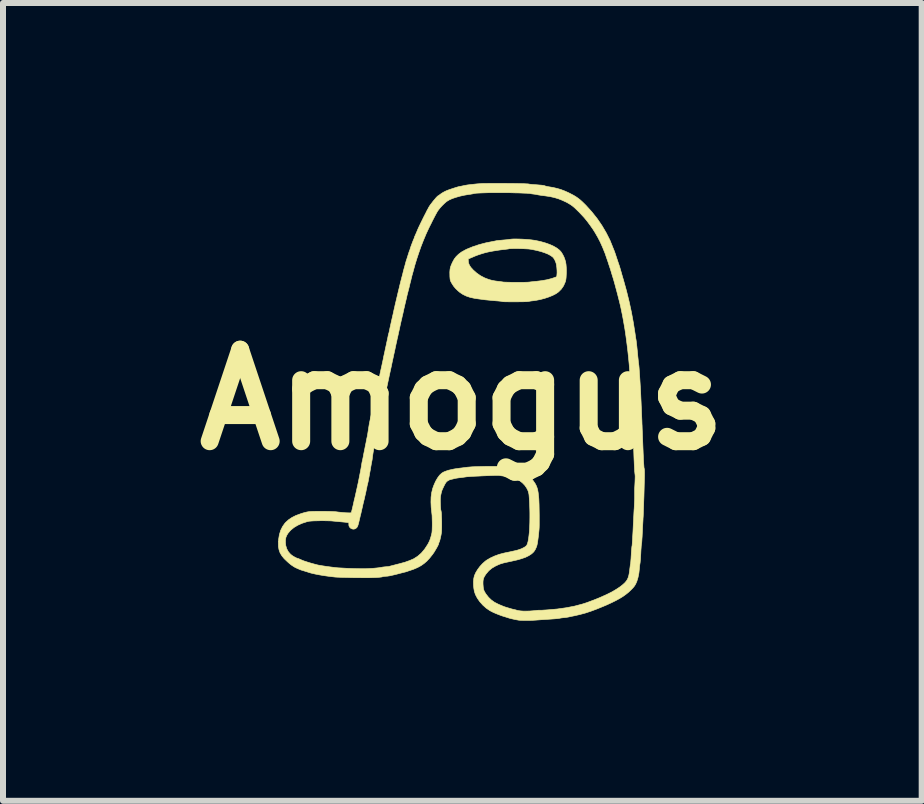
<source format=kicad_pcb>
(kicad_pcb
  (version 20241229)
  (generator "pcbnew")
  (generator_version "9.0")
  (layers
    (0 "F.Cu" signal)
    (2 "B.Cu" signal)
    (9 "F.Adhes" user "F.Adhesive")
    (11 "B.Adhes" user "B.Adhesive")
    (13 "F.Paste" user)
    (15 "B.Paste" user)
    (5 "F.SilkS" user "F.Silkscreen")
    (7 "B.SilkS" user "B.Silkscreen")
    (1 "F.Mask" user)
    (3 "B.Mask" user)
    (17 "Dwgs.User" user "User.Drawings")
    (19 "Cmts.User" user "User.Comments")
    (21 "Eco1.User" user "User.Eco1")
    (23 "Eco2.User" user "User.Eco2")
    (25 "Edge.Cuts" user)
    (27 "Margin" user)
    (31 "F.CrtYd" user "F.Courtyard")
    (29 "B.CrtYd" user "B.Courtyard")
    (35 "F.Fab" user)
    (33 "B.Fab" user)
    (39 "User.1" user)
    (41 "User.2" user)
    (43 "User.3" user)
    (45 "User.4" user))
  (footprint "Amogus"
    (layer "F.Cu")
    (at 4.652 3.61)
    (property "Reference" "Amogus" (at 0 0 0) (layer "F.SilkS") (effects (font (size 1.524 1.524) (thickness 0.3))))
    (attr through_hole)
    (fp_poly (pts (xy 0.946 -2.678) (xy 0.998 -2.676) (xy 1.051 -2.673) (xy 1.103 -2.669) (xy 1.151 -2.664) (xy 1.194 -2.658) (xy 1.215 -2.655) (xy 1.303 -2.636) (xy 1.384 -2.613) (xy 1.457 -2.587) (xy 1.521 -2.558) (xy 1.576 -2.526) (xy 1.619 -2.492) (xy 1.643 -2.466) (xy 1.669 -2.426) (xy 1.693 -2.379) (xy 1.708 -2.338) (xy 1.72 -2.298) (xy 1.727 -2.255) (xy 1.731 -2.208) (xy 1.733 -2.153) (xy 1.732 -2.105) (xy 1.73 -2.063) (xy 1.728 -2.031) (xy 1.725 -2.007) (xy 1.721 -1.986) (xy 1.716 -1.967) (xy 1.714 -1.962) (xy 1.686 -1.898) (xy 1.648 -1.843) (xy 1.602 -1.797) (xy 1.559 -1.767) (xy 1.505 -1.739) (xy 1.441 -1.713) (xy 1.372 -1.69) (xy 1.3 -1.671) (xy 1.229 -1.657) (xy 1.181 -1.65) (xy 1.152 -1.647) (xy 1.126 -1.643) (xy 1.107 -1.639) (xy 1.101 -1.638) (xy 1.091 -1.637) (xy 1.07 -1.635) (xy 1.04 -1.634) (xy 1.004 -1.633) (xy 0.962 -1.633) (xy 0.918 -1.632) (xy 0.873 -1.632) (xy 0.828 -1.632) (xy 0.785 -1.632) (xy 0.746 -1.633) (xy 0.714 -1.633) (xy 0.689 -1.634) (xy 0.675 -1.635) (xy 0.671 -1.636) (xy 0.663 -1.638) (xy 0.645 -1.641) (xy 0.619 -1.644) (xy 0.587 -1.647) (xy 0.56 -1.649) (xy 0.502 -1.654) (xy 0.44 -1.66) (xy 0.378 -1.666) (xy 0.319 -1.674) (xy 0.266 -1.681) (xy 0.22 -1.688) (xy 0.2 -1.691) (xy 0.128 -1.707) (xy 0.066 -1.728) (xy 0.01 -1.755) (xy -0.04 -1.788) (xy -0.071 -1.814) (xy -0.113 -1.854) (xy -0.146 -1.894) (xy -0.175 -1.939) (xy -0.186 -1.959) (xy -0.195 -1.976) (xy -0.2 -1.992) (xy -0.204 -2.009) (xy -0.206 -2.03) (xy -0.208 -2.06) (xy -0.208 -2.072) (xy -0.209 -2.124) (xy -0.206 -2.166) (xy -0.199 -2.205) (xy -0.186 -2.242) (xy -0.168 -2.283) (xy -0.168 -2.284) (xy -0.138 -2.339) (xy -0.133 -2.346) (xy 0.098 -2.346) (xy 0.099 -2.31) (xy 0.104 -2.277) (xy 0.118 -2.242) (xy 0.141 -2.207) (xy 0.176 -2.168) (xy 0.182 -2.162) (xy 0.238 -2.112) (xy 0.302 -2.067) (xy 0.369 -2.032) (xy 0.391 -2.023) (xy 0.442 -2.004) (xy 0.492 -1.99) (xy 0.545 -1.98) (xy 0.591 -1.974) (xy 0.62 -1.971) (xy 0.647 -1.967) (xy 0.667 -1.964) (xy 0.673 -1.963) (xy 0.687 -1.961) (xy 0.711 -1.96) (xy 0.744 -1.959) (xy 0.784 -1.958) (xy 0.828 -1.957) (xy 0.876 -1.957) (xy 0.924 -1.957) (xy 0.972 -1.957) (xy 1.016 -1.957) (xy 1.056 -1.958) (xy 1.089 -1.959) (xy 1.113 -1.961) (xy 1.124 -1.962) (xy 1.144 -1.965) (xy 1.174 -1.968) (xy 1.207 -1.972) (xy 1.235 -1.974) (xy 1.325 -1.985) (xy 1.41 -2) (xy 1.487 -2.02) (xy 1.54 -2.038) (xy 1.572 -2.05) (xy 1.576 -2.087) (xy 1.578 -2.119) (xy 1.577 -2.158) (xy 1.574 -2.2) (xy 1.569 -2.24) (xy 1.562 -2.274) (xy 1.558 -2.286) (xy 1.54 -2.33) (xy 1.518 -2.365) (xy 1.504 -2.379) (xy 1.471 -2.403) (xy 1.427 -2.427) (xy 1.372 -2.449) (xy 1.309 -2.47) (xy 1.238 -2.488) (xy 1.162 -2.504) (xy 1.13 -2.509) (xy 1.108 -2.512) (xy 1.076 -2.514) (xy 1.038 -2.516) (xy 0.996 -2.518) (xy 0.952 -2.519) (xy 0.909 -2.52) (xy 0.867 -2.52) (xy 0.831 -2.519) (xy 0.801 -2.518) (xy 0.781 -2.517) (xy 0.775 -2.515) (xy 0.759 -2.512) (xy 0.735 -2.509) (xy 0.705 -2.505) (xy 0.683 -2.503) (xy 0.634 -2.497) (xy 0.58 -2.489) (xy 0.523 -2.48) (xy 0.467 -2.47) (xy 0.416 -2.459) (xy 0.372 -2.448) (xy 0.348 -2.441) (xy 0.303 -2.427) (xy 0.267 -2.415) (xy 0.236 -2.404) (xy 0.206 -2.392) (xy 0.174 -2.378) (xy 0.152 -2.369) (xy 0.098 -2.346) (xy -0.133 -2.346) (xy -0.104 -2.385) (xy -0.063 -2.425) (xy -0.015 -2.461) (xy 0.044 -2.494) (xy 0.071 -2.508) (xy 0.171 -2.549) (xy 0.279 -2.585) (xy 0.393 -2.615) (xy 0.479 -2.632) (xy 0.508 -2.638) (xy 0.535 -2.643) (xy 0.555 -2.647) (xy 0.557 -2.648) (xy 0.573 -2.651) (xy 0.599 -2.654) (xy 0.631 -2.657) (xy 0.666 -2.66) (xy 0.674 -2.661) (xy 0.71 -2.664) (xy 0.744 -2.667) (xy 0.773 -2.671) (xy 0.794 -2.674) (xy 0.797 -2.674) (xy 0.821 -2.677) (xy 0.856 -2.679) (xy 0.898 -2.679) (xy 0.946 -2.678)) (stroke (width 0.01) (type solid)) (fill yes) (layer "F.SilkS"))
    (fp_poly (pts (xy 0.632 -3.605) (xy 0.695 -3.605) (xy 0.758 -3.604) (xy 0.82 -3.604) (xy 0.879 -3.603) (xy 0.934 -3.602) (xy 0.984 -3.601) (xy 1.027 -3.6) (xy 1.061 -3.598) (xy 1.086 -3.597) (xy 1.1 -3.596) (xy 1.102 -3.595) (xy 1.114 -3.593) (xy 1.137 -3.59) (xy 1.167 -3.587) (xy 1.203 -3.584) (xy 1.238 -3.582) (xy 1.283 -3.578) (xy 1.321 -3.575) (xy 1.349 -3.571) (xy 1.367 -3.567) (xy 1.371 -3.566) (xy 1.386 -3.56) (xy 1.409 -3.555) (xy 1.432 -3.55) (xy 1.51 -3.537) (xy 1.579 -3.521) (xy 1.643 -3.502) (xy 1.706 -3.478) (xy 1.771 -3.449) (xy 1.804 -3.432) (xy 1.85 -3.408) (xy 1.889 -3.385) (xy 1.925 -3.36) (xy 1.96 -3.333) (xy 1.997 -3.3) (xy 2.038 -3.26) (xy 2.059 -3.239) (xy 2.155 -3.133) (xy 2.245 -3.02) (xy 2.326 -2.902) (xy 2.397 -2.781) (xy 2.459 -2.658) (xy 2.499 -2.559) (xy 2.508 -2.536) (xy 2.516 -2.517) (xy 2.521 -2.505) (xy 2.523 -2.499) (xy 2.526 -2.492) (xy 2.53 -2.482) (xy 2.536 -2.467) (xy 2.543 -2.446) (xy 2.553 -2.417) (xy 2.565 -2.38) (xy 2.581 -2.332) (xy 2.584 -2.324) (xy 2.598 -2.281) (xy 2.61 -2.247) (xy 2.619 -2.22) (xy 2.626 -2.196) (xy 2.633 -2.173) (xy 2.64 -2.148) (xy 2.648 -2.121) (xy 2.654 -2.098) (xy 2.663 -2.067) (xy 2.673 -2.033) (xy 2.683 -2) (xy 2.734 -1.816) (xy 2.778 -1.638) (xy 2.816 -1.462) (xy 2.849 -1.283) (xy 2.878 -1.099) (xy 2.88 -1.083) (xy 2.884 -1.054) (xy 2.888 -1.028) (xy 2.891 -1.01) (xy 2.893 -1.003) (xy 2.895 -0.99) (xy 2.898 -0.965) (xy 2.902 -0.931) (xy 2.907 -0.888) (xy 2.912 -0.838) (xy 2.918 -0.782) (xy 2.923 -0.722) (xy 2.924 -0.714) (xy 2.928 -0.679) (xy 2.931 -0.646) (xy 2.934 -0.618) (xy 2.937 -0.599) (xy 2.937 -0.595) (xy 2.94 -0.576) (xy 2.943 -0.546) (xy 2.946 -0.507) (xy 2.949 -0.459) (xy 2.953 -0.404) (xy 2.957 -0.344) (xy 2.961 -0.28) (xy 2.965 -0.214) (xy 2.969 -0.147) (xy 2.972 -0.08) (xy 2.975 -0.015) (xy 2.978 0.046) (xy 2.978 0.048) (xy 2.98 0.096) (xy 2.983 0.153) (xy 2.985 0.217) (xy 2.988 0.283) (xy 2.991 0.349) (xy 2.993 0.411) (xy 2.994 0.422) (xy 2.996 0.483) (xy 2.999 0.553) (xy 3.002 0.629) (xy 3.005 0.707) (xy 3.008 0.782) (xy 3.011 0.853) (xy 3.012 0.881) (xy 3.015 0.944) (xy 3.017 1.001) (xy 3.02 1.049) (xy 3.023 1.088) (xy 3.025 1.118) (xy 3.027 1.136) (xy 3.029 1.142) (xy 3.031 1.154) (xy 3.033 1.176) (xy 3.034 1.209) (xy 3.034 1.254) (xy 3.033 1.305) (xy 3.031 1.377) (xy 3.029 1.453) (xy 3.027 1.531) (xy 3.025 1.608) (xy 3.022 1.685) (xy 3.02 1.758) (xy 3.017 1.826) (xy 3.015 1.886) (xy 3.013 1.939) (xy 3.01 1.98) (xy 3.01 1.988) (xy 3.008 2.027) (xy 3.005 2.076) (xy 3.002 2.129) (xy 3 2.183) (xy 2.997 2.233) (xy 2.997 2.235) (xy 2.995 2.278) (xy 2.992 2.318) (xy 2.99 2.352) (xy 2.988 2.379) (xy 2.985 2.396) (xy 2.985 2.4) (xy 2.983 2.413) (xy 2.98 2.436) (xy 2.978 2.468) (xy 2.975 2.506) (xy 2.973 2.548) (xy 2.972 2.568) (xy 2.969 2.611) (xy 2.967 2.649) (xy 2.964 2.682) (xy 2.962 2.708) (xy 2.96 2.723) (xy 2.959 2.727) (xy 2.957 2.739) (xy 2.954 2.76) (xy 2.951 2.786) (xy 2.95 2.804) (xy 2.941 2.887) (xy 2.926 2.961) (xy 2.907 3.024) (xy 2.894 3.054) (xy 2.881 3.08) (xy 2.867 3.102) (xy 2.85 3.124) (xy 2.827 3.149) (xy 2.807 3.169) (xy 2.767 3.207) (xy 2.723 3.242) (xy 2.674 3.277) (xy 2.62 3.31) (xy 2.558 3.344) (xy 2.487 3.379) (xy 2.407 3.416) (xy 2.343 3.443) (xy 2.24 3.485) (xy 2.144 3.521) (xy 2.054 3.551) (xy 1.965 3.575) (xy 1.876 3.596) (xy 1.836 3.604) (xy 1.81 3.609) (xy 1.784 3.615) (xy 1.766 3.619) (xy 1.749 3.622) (xy 1.723 3.626) (xy 1.695 3.629) (xy 1.692 3.629) (xy 1.665 3.632) (xy 1.641 3.635) (xy 1.624 3.639) (xy 1.622 3.639) (xy 1.611 3.641) (xy 1.589 3.644) (xy 1.558 3.647) (xy 1.52 3.65) (xy 1.478 3.653) (xy 1.448 3.655) (xy 1.4 3.658) (xy 1.353 3.661) (xy 1.308 3.664) (xy 1.27 3.667) (xy 1.24 3.669) (xy 1.229 3.67) (xy 1.196 3.672) (xy 1.157 3.674) (xy 1.114 3.675) (xy 1.07 3.675) (xy 1.027 3.675) (xy 0.989 3.674) (xy 0.957 3.673) (xy 0.935 3.671) (xy 0.933 3.67) (xy 0.908 3.666) (xy 0.877 3.66) (xy 0.846 3.653) (xy 0.818 3.647) (xy 0.797 3.641) (xy 0.787 3.639) (xy 0.774 3.635) (xy 0.753 3.628) (xy 0.727 3.62) (xy 0.714 3.616) (xy 0.662 3.6) (xy 0.608 3.58) (xy 0.555 3.559) (xy 0.506 3.537) (xy 0.466 3.516) (xy 0.455 3.51) (xy 0.397 3.47) (xy 0.341 3.42) (xy 0.291 3.364) (xy 0.249 3.304) (xy 0.217 3.243) (xy 0.215 3.236) (xy 0.2 3.191) (xy 0.191 3.139) (xy 0.186 3.084) (xy 0.185 3.029) (xy 0.19 2.977) (xy 0.2 2.933) (xy 0.202 2.927) (xy 0.224 2.878) (xy 0.255 2.827) (xy 0.293 2.776) (xy 0.336 2.729) (xy 0.381 2.689) (xy 0.404 2.672) (xy 0.465 2.636) (xy 0.536 2.603) (xy 0.612 2.575) (xy 0.692 2.554) (xy 0.724 2.547) (xy 0.755 2.541) (xy 0.793 2.533) (xy 0.833 2.524) (xy 0.87 2.516) (xy 0.9 2.509) (xy 0.905 2.508) (xy 0.944 2.496) (xy 0.983 2.482) (xy 1.018 2.465) (xy 1.047 2.448) (xy 1.067 2.431) (xy 1.073 2.423) (xy 1.084 2.399) (xy 1.094 2.363) (xy 1.103 2.316) (xy 1.11 2.26) (xy 1.117 2.195) (xy 1.121 2.123) (xy 1.124 2.044) (xy 1.125 1.959) (xy 1.125 1.937) (xy 1.125 1.886) (xy 1.124 1.832) (xy 1.122 1.776) (xy 1.12 1.721) (xy 1.117 1.67) (xy 1.114 1.625) (xy 1.111 1.588) (xy 1.108 1.565) (xy 1.095 1.517) (xy 1.071 1.469) (xy 1.039 1.423) (xy 0.999 1.382) (xy 0.954 1.348) (xy 0.928 1.333) (xy 0.857 1.303) (xy 0.785 1.284) (xy 0.73 1.276) (xy 0.698 1.272) (xy 0.667 1.268) (xy 0.642 1.265) (xy 0.632 1.263) (xy 0.612 1.26) (xy 0.584 1.259) (xy 0.552 1.259) (xy 0.527 1.26) (xy 0.5 1.261) (xy 0.463 1.262) (xy 0.418 1.264) (xy 0.37 1.266) (xy 0.32 1.268) (xy 0.289 1.27) (xy 0.241 1.272) (xy 0.195 1.274) (xy 0.153 1.276) (xy 0.117 1.279) (xy 0.09 1.281) (xy 0.076 1.282) (xy 0.02 1.29) (xy -0.025 1.296) (xy -0.06 1.3) (xy -0.087 1.304) (xy -0.106 1.307) (xy -0.121 1.31) (xy -0.131 1.312) (xy -0.135 1.313) (xy -0.156 1.319) (xy -0.179 1.324) (xy -0.181 1.324) (xy -0.217 1.335) (xy -0.25 1.354) (xy -0.268 1.371) (xy -0.279 1.386) (xy -0.293 1.411) (xy -0.309 1.442) (xy -0.326 1.478) (xy -0.337 1.502) (xy -0.343 1.52) (xy -0.351 1.549) (xy -0.359 1.585) (xy -0.363 1.607) (xy -0.365 1.626) (xy -0.367 1.654) (xy -0.367 1.688) (xy -0.366 1.724) (xy -0.365 1.76) (xy -0.363 1.793) (xy -0.361 1.821) (xy -0.358 1.841) (xy -0.355 1.848) (xy -0.353 1.86) (xy -0.35 1.881) (xy -0.348 1.912) (xy -0.347 1.948) (xy -0.345 1.989) (xy -0.344 2.032) (xy -0.344 2.076) (xy -0.344 2.117) (xy -0.345 2.154) (xy -0.346 2.185) (xy -0.348 2.208) (xy -0.348 2.21) (xy -0.355 2.253) (xy -0.364 2.294) (xy -0.372 2.329) (xy -0.38 2.357) (xy -0.384 2.366) (xy -0.391 2.382) (xy -0.394 2.393) (xy -0.394 2.394) (xy -0.397 2.406) (xy -0.406 2.426) (xy -0.419 2.451) (xy -0.436 2.481) (xy -0.454 2.511) (xy -0.472 2.541) (xy -0.49 2.567) (xy -0.498 2.578) (xy -0.545 2.637) (xy -0.591 2.687) (xy -0.639 2.728) (xy -0.689 2.763) (xy -0.746 2.794) (xy -0.811 2.822) (xy -0.864 2.84) (xy -0.894 2.85) (xy -0.922 2.86) (xy -0.945 2.867) (xy -0.956 2.87) (xy -0.975 2.874) (xy -1.001 2.881) (xy -1.028 2.888) (xy -1.029 2.888) (xy -1.089 2.904) (xy -1.138 2.916) (xy -1.178 2.925) (xy -1.209 2.932) (xy -1.235 2.936) (xy -1.255 2.939) (xy -1.268 2.939) (xy -1.291 2.941) (xy -1.312 2.943) (xy -1.322 2.946) (xy -1.345 2.952) (xy -1.38 2.956) (xy -1.428 2.96) (xy -1.487 2.962) (xy -1.56 2.964) (xy -1.645 2.964) (xy -1.742 2.963) (xy -1.791 2.963) (xy -1.851 2.962) (xy -1.909 2.96) (xy -1.963 2.959) (xy -2.012 2.958) (xy -2.054 2.956) (xy -2.087 2.955) (xy -2.11 2.953) (xy -2.118 2.953) (xy -2.188 2.945) (xy -2.257 2.936) (xy -2.325 2.926) (xy -2.388 2.915) (xy -2.445 2.904) (xy -2.495 2.893) (xy -2.534 2.883) (xy -2.553 2.877) (xy -2.566 2.873) (xy -2.587 2.866) (xy -2.614 2.858) (xy -2.626 2.854) (xy -2.652 2.846) (xy -2.675 2.839) (xy -2.691 2.834) (xy -2.696 2.832) (xy -2.708 2.827) (xy -2.727 2.819) (xy -2.75 2.809) (xy -2.785 2.793) (xy -2.818 2.773) (xy -2.852 2.75) (xy -2.89 2.719) (xy -2.918 2.694) (xy -2.968 2.646) (xy -3.007 2.598) (xy -3.036 2.55) (xy -3.054 2.499) (xy -3.064 2.443) (xy -3.065 2.38) (xy -3.064 2.365) (xy -2.948 2.365) (xy -2.942 2.427) (xy -2.925 2.483) (xy -2.898 2.532) (xy -2.861 2.574) (xy -2.844 2.587) (xy -2.824 2.602) (xy -2.8 2.616) (xy -2.776 2.629) (xy -2.756 2.638) (xy -2.743 2.642) (xy -2.742 2.642) (xy -2.734 2.644) (xy -2.718 2.651) (xy -2.697 2.66) (xy -2.668 2.673) (xy -2.637 2.685) (xy -2.6 2.697) (xy -2.557 2.711) (xy -2.505 2.726) (xy -2.454 2.74) (xy -2.403 2.753) (xy -2.34 2.764) (xy -2.268 2.775) (xy -2.245 2.778) (xy -2.209 2.783) (xy -2.17 2.788) (xy -2.136 2.792) (xy -2.121 2.794) (xy -2.095 2.797) (xy -2.059 2.8) (xy -2.015 2.802) (xy -1.964 2.805) (xy -1.91 2.808) (xy -1.854 2.81) (xy -1.798 2.812) (xy -1.745 2.813) (xy -1.697 2.814) (xy -1.667 2.814) (xy -1.61 2.814) (xy -1.552 2.811) (xy -1.495 2.808) (xy -1.441 2.803) (xy -1.394 2.798) (xy -1.356 2.792) (xy -1.35 2.791) (xy -1.322 2.786) (xy -1.294 2.783) (xy -1.272 2.781) (xy -1.248 2.78) (xy -1.225 2.777) (xy -1.219 2.775) (xy -1.154 2.758) (xy -1.1 2.744) (xy -1.056 2.733) (xy -1.022 2.724) (xy -0.994 2.716) (xy -0.974 2.711) (xy -0.959 2.707) (xy -0.949 2.703) (xy -0.941 2.701) (xy -0.937 2.699) (xy -0.924 2.694) (xy -0.904 2.687) (xy -0.883 2.68) (xy -0.811 2.649) (xy -0.745 2.607) (xy -0.684 2.554) (xy -0.629 2.489) (xy -0.579 2.413) (xy -0.577 2.41) (xy -0.559 2.376) (xy -0.544 2.344) (xy -0.532 2.31) (xy -0.52 2.27) (xy -0.508 2.222) (xy -0.507 2.216) (xy -0.505 2.198) (xy -0.503 2.171) (xy -0.502 2.135) (xy -0.501 2.094) (xy -0.501 2.051) (xy -0.502 2.008) (xy -0.503 1.967) (xy -0.504 1.93) (xy -0.507 1.902) (xy -0.508 1.892) (xy -0.519 1.793) (xy -0.523 1.704) (xy -0.521 1.622) (xy -0.511 1.547) (xy -0.494 1.477) (xy -0.474 1.422) (xy -0.445 1.357) (xy -0.413 1.302) (xy -0.38 1.257) (xy -0.345 1.224) (xy -0.319 1.207) (xy -0.292 1.195) (xy -0.259 1.183) (xy -0.225 1.172) (xy -0.197 1.166) (xy -0.175 1.161) (xy -0.152 1.156) (xy -0.149 1.155) (xy -0.133 1.152) (xy -0.108 1.148) (xy -0.077 1.144) (xy -0.044 1.139) (xy -0.008 1.135) (xy 0.029 1.13) (xy 0.061 1.126) (xy 0.083 1.123) (xy 0.119 1.12) (xy 0.168 1.116) (xy 0.229 1.114) (xy 0.3 1.112) (xy 0.382 1.11) (xy 0.473 1.109) (xy 0.511 1.109) (xy 0.583 1.109) (xy 0.644 1.11) (xy 0.695 1.112) (xy 0.739 1.116) (xy 0.777 1.121) (xy 0.81 1.127) (xy 0.838 1.134) (xy 0.91 1.156) (xy 0.97 1.179) (xy 1.022 1.203) (xy 1.067 1.231) (xy 1.107 1.263) (xy 1.143 1.301) (xy 1.179 1.346) (xy 1.188 1.359) (xy 1.212 1.394) (xy 1.23 1.428) (xy 1.244 1.463) (xy 1.255 1.501) (xy 1.263 1.546) (xy 1.269 1.601) (xy 1.271 1.616) (xy 1.274 1.651) (xy 1.276 1.695) (xy 1.278 1.746) (xy 1.279 1.802) (xy 1.28 1.861) (xy 1.281 1.921) (xy 1.281 1.98) (xy 1.281 2.035) (xy 1.281 2.085) (xy 1.28 2.127) (xy 1.278 2.159) (xy 1.277 2.169) (xy 1.27 2.24) (xy 1.263 2.3) (xy 1.256 2.35) (xy 1.25 2.389) (xy 1.244 2.42) (xy 1.237 2.442) (xy 1.233 2.454) (xy 1.227 2.467) (xy 1.218 2.487) (xy 1.213 2.497) (xy 1.19 2.532) (xy 1.155 2.565) (xy 1.108 2.596) (xy 1.051 2.624) (xy 0.982 2.648) (xy 0.903 2.67) (xy 0.892 2.672) (xy 0.861 2.679) (xy 0.823 2.688) (xy 0.784 2.696) (xy 0.762 2.701) (xy 0.716 2.711) (xy 0.679 2.72) (xy 0.649 2.729) (xy 0.622 2.738) (xy 0.596 2.749) (xy 0.567 2.763) (xy 0.553 2.769) (xy 0.492 2.805) (xy 0.44 2.848) (xy 0.396 2.9) (xy 0.381 2.922) (xy 0.364 2.95) (xy 0.353 2.975) (xy 0.347 3.001) (xy 0.344 3.031) (xy 0.344 3.07) (xy 0.345 3.083) (xy 0.348 3.122) (xy 0.353 3.153) (xy 0.361 3.179) (xy 0.375 3.206) (xy 0.395 3.238) (xy 0.396 3.239) (xy 0.437 3.291) (xy 0.483 3.335) (xy 0.536 3.373) (xy 0.599 3.405) (xy 0.619 3.414) (xy 0.641 3.423) (xy 0.66 3.431) (xy 0.67 3.435) (xy 0.686 3.442) (xy 0.712 3.451) (xy 0.744 3.461) (xy 0.778 3.471) (xy 0.811 3.481) (xy 0.841 3.489) (xy 0.864 3.494) (xy 0.87 3.496) (xy 0.89 3.5) (xy 0.908 3.506) (xy 0.908 3.506) (xy 0.934 3.512) (xy 0.971 3.517) (xy 1.015 3.52) (xy 1.066 3.52) (xy 1.119 3.519) (xy 1.174 3.515) (xy 1.216 3.511) (xy 1.242 3.508) (xy 1.265 3.506) (xy 1.281 3.506) (xy 1.283 3.506) (xy 1.29 3.506) (xy 1.296 3.506) (xy 1.305 3.506) (xy 1.317 3.506) (xy 1.334 3.505) (xy 1.359 3.503) (xy 1.394 3.501) (xy 1.422 3.499) (xy 1.582 3.485) (xy 1.731 3.464) (xy 1.87 3.437) (xy 1.998 3.403) (xy 2.07 3.38) (xy 2.1 3.369) (xy 2.132 3.357) (xy 2.164 3.345) (xy 2.191 3.335) (xy 2.213 3.326) (xy 2.226 3.321) (xy 2.226 3.321) (xy 2.238 3.316) (xy 2.258 3.308) (xy 2.28 3.299) (xy 2.301 3.29) (xy 2.324 3.28) (xy 2.35 3.268) (xy 2.382 3.254) (xy 2.422 3.235) (xy 2.438 3.227) (xy 2.488 3.202) (xy 2.538 3.173) (xy 2.588 3.142) (xy 2.633 3.111) (xy 2.672 3.08) (xy 2.703 3.052) (xy 2.714 3.04) (xy 2.734 3.016) (xy 2.749 2.992) (xy 2.761 2.965) (xy 2.771 2.934) (xy 2.779 2.896) (xy 2.786 2.85) (xy 2.79 2.812) (xy 2.794 2.783) (xy 2.797 2.758) (xy 2.8 2.74) (xy 2.802 2.733) (xy 2.803 2.725) (xy 2.805 2.707) (xy 2.807 2.679) (xy 2.81 2.645) (xy 2.812 2.606) (xy 2.813 2.594) (xy 2.815 2.553) (xy 2.818 2.514) (xy 2.821 2.481) (xy 2.823 2.456) (xy 2.825 2.44) (xy 2.826 2.438) (xy 2.828 2.427) (xy 2.83 2.404) (xy 2.832 2.372) (xy 2.835 2.333) (xy 2.837 2.287) (xy 2.84 2.237) (xy 2.842 2.203) (xy 2.845 2.142) (xy 2.848 2.076) (xy 2.852 2.007) (xy 2.855 1.941) (xy 2.858 1.88) (xy 2.861 1.827) (xy 2.862 1.822) (xy 2.865 1.765) (xy 2.867 1.718) (xy 2.869 1.677) (xy 2.87 1.641) (xy 2.87 1.605) (xy 2.87 1.568) (xy 2.87 1.526) (xy 2.87 1.513) (xy 2.87 1.494) (xy 2.871 1.465) (xy 2.873 1.43) (xy 2.875 1.392) (xy 2.876 1.372) (xy 2.878 1.318) (xy 2.879 1.276) (xy 2.877 1.246) (xy 2.875 1.236) (xy 2.874 1.222) (xy 2.871 1.197) (xy 2.869 1.162) (xy 2.867 1.121) (xy 2.864 1.074) (xy 2.862 1.023) (xy 2.86 0.987) (xy 2.858 0.935) (xy 2.856 0.872) (xy 2.853 0.802) (xy 2.85 0.727) (xy 2.847 0.649) (xy 2.844 0.571) (xy 2.841 0.495) (xy 2.839 0.448) (xy 2.836 0.383) (xy 2.834 0.322) (xy 2.831 0.264) (xy 2.829 0.212) (xy 2.827 0.167) (xy 2.825 0.131) (xy 2.824 0.103) (xy 2.823 0.087) (xy 2.823 0.086) (xy 2.822 0.069) (xy 2.82 0.042) (xy 2.819 0.007) (xy 2.817 -0.035) (xy 2.815 -0.082) (xy 2.813 -0.131) (xy 2.813 -0.137) (xy 2.811 -0.185) (xy 2.809 -0.231) (xy 2.807 -0.272) (xy 2.804 -0.307) (xy 2.802 -0.333) (xy 2.801 -0.348) (xy 2.8 -0.349) (xy 2.798 -0.366) (xy 2.795 -0.392) (xy 2.792 -0.425) (xy 2.789 -0.46) (xy 2.788 -0.473) (xy 2.78 -0.581) (xy 2.769 -0.696) (xy 2.756 -0.817) (xy 2.741 -0.939) (xy 2.725 -1.06) (xy 2.708 -1.176) (xy 2.689 -1.285) (xy 2.677 -1.353) (xy 2.665 -1.416) (xy 2.653 -1.474) (xy 2.642 -1.528) (xy 2.63 -1.581) (xy 2.617 -1.635) (xy 2.602 -1.693) (xy 2.586 -1.757) (xy 2.567 -1.828) (xy 2.549 -1.895) (xy 2.532 -1.957) (xy 2.518 -2.006) (xy 2.506 -2.045) (xy 2.505 -2.048) (xy 2.499 -2.067) (xy 2.491 -2.093) (xy 2.483 -2.12) (xy 2.483 -2.121) (xy 2.476 -2.144) (xy 2.466 -2.176) (xy 2.453 -2.215) (xy 2.439 -2.257) (xy 2.425 -2.301) (xy 2.41 -2.344) (xy 2.397 -2.382) (xy 2.386 -2.414) (xy 2.378 -2.438) (xy 2.376 -2.442) (xy 2.337 -2.539) (xy 2.297 -2.628) (xy 2.255 -2.709) (xy 2.21 -2.787) (xy 2.176 -2.841) (xy 2.126 -2.912) (xy 2.079 -2.975) (xy 2.031 -3.034) (xy 1.978 -3.091) (xy 1.945 -3.126) (xy 1.904 -3.166) (xy 1.87 -3.199) (xy 1.839 -3.225) (xy 1.809 -3.247) (xy 1.778 -3.266) (xy 1.744 -3.286) (xy 1.73 -3.293) (xy 1.663 -3.324) (xy 1.597 -3.35) (xy 1.529 -3.37) (xy 1.456 -3.386) (xy 1.374 -3.398) (xy 1.356 -3.4) (xy 1.323 -3.404) (xy 1.292 -3.409) (xy 1.266 -3.413) (xy 1.251 -3.416) (xy 1.229 -3.421) (xy 1.202 -3.425) (xy 1.177 -3.428) (xy 1.154 -3.431) (xy 1.136 -3.435) (xy 1.126 -3.437) (xy 1.126 -3.437) (xy 1.119 -3.438) (xy 1.1 -3.439) (xy 1.071 -3.441) (xy 1.034 -3.442) (xy 0.989 -3.444) (xy 0.938 -3.446) (xy 0.883 -3.447) (xy 0.854 -3.448) (xy 0.785 -3.45) (xy 0.714 -3.451) (xy 0.642 -3.451) (xy 0.571 -3.451) (xy 0.502 -3.451) (xy 0.437 -3.45) (xy 0.377 -3.448) (xy 0.322 -3.446) (xy 0.275 -3.444) (xy 0.237 -3.442) (xy 0.209 -3.439) (xy 0.194 -3.436) (xy 0.179 -3.432) (xy 0.156 -3.428) (xy 0.128 -3.423) (xy 0.108 -3.421) (xy 0.032 -3.408) (xy -0.04 -3.392) (xy -0.106 -3.373) (xy -0.166 -3.353) (xy -0.216 -3.331) (xy -0.256 -3.307) (xy -0.265 -3.301) (xy -0.298 -3.272) (xy -0.334 -3.237) (xy -0.369 -3.199) (xy -0.399 -3.161) (xy -0.412 -3.143) (xy -0.422 -3.126) (xy -0.437 -3.099) (xy -0.456 -3.064) (xy -0.477 -3.023) (xy -0.5 -2.978) (xy -0.523 -2.931) (xy -0.547 -2.884) (xy -0.569 -2.838) (xy -0.589 -2.795) (xy -0.606 -2.758) (xy -0.61 -2.748) (xy -0.649 -2.655) (xy -0.689 -2.553) (xy -0.726 -2.447) (xy -0.761 -2.342) (xy -0.792 -2.24) (xy -0.807 -2.184) (xy -0.815 -2.155) (xy -0.823 -2.125) (xy -0.83 -2.102) (xy -0.833 -2.089) (xy -0.837 -2.076) (xy -0.841 -2.061) (xy -0.845 -2.042) (xy -0.852 -2.017) (xy -0.859 -1.985) (xy -0.87 -1.944) (xy -0.882 -1.893) (xy -0.882 -1.892) (xy -0.89 -1.86) (xy -0.898 -1.83) (xy -0.904 -1.806) (xy -0.908 -1.791) (xy -0.908 -1.791) (xy -0.913 -1.772) (xy -0.919 -1.748) (xy -0.924 -1.727) (xy -0.929 -1.701) (xy -0.937 -1.669) (xy -0.945 -1.636) (xy -0.946 -1.629) (xy -0.954 -1.598) (xy -0.961 -1.566) (xy -0.967 -1.539) (xy -0.969 -1.534) (xy -0.98 -1.483) (xy -0.991 -1.433) (xy -1.002 -1.388) (xy -1.01 -1.35) (xy -1.013 -1.34) (xy -1.019 -1.314) (xy -1.026 -1.283) (xy -1.035 -1.243) (xy -1.045 -1.195) (xy -1.058 -1.136) (xy -1.062 -1.121) (xy -1.068 -1.09) (xy -1.075 -1.058) (xy -1.081 -1.031) (xy -1.083 -1.026) (xy -1.088 -1.002) (xy -1.094 -0.971) (xy -1.102 -0.938) (xy -1.105 -0.924) (xy -1.116 -0.872) (xy -1.125 -0.829) (xy -1.133 -0.792) (xy -1.141 -0.757) (xy -1.149 -0.72) (xy -1.149 -0.718) (xy -1.157 -0.682) (xy -1.166 -0.641) (xy -1.174 -0.603) (xy -1.175 -0.597) (xy -1.187 -0.54) (xy -1.198 -0.491) (xy -1.208 -0.444) (xy -1.219 -0.394) (xy -1.219 -0.394) (xy -1.226 -0.359) (xy -1.235 -0.318) (xy -1.243 -0.28) (xy -1.245 -0.27) (xy -1.252 -0.238) (xy -1.259 -0.205) (xy -1.265 -0.178) (xy -1.267 -0.168) (xy -1.272 -0.144) (xy -1.279 -0.113) (xy -1.286 -0.081) (xy -1.288 -0.07) (xy -1.296 -0.034) (xy -1.305 0.007) (xy -1.313 0.044) (xy -1.314 0.051) (xy -1.322 0.084) (xy -1.329 0.12) (xy -1.336 0.151) (xy -1.337 0.159) (xy -1.344 0.189) (xy -1.351 0.224) (xy -1.359 0.258) (xy -1.36 0.264) (xy -1.367 0.295) (xy -1.374 0.329) (xy -1.38 0.357) (xy -1.381 0.362) (xy -1.386 0.388) (xy -1.393 0.42) (xy -1.401 0.453) (xy -1.403 0.464) (xy -1.411 0.499) (xy -1.42 0.539) (xy -1.428 0.578) (xy -1.43 0.587) (xy -1.436 0.621) (xy -1.443 0.655) (xy -1.45 0.686) (xy -1.452 0.695) (xy -1.465 0.763) (xy -1.476 0.82) (xy -1.485 0.87) (xy -1.492 0.914) (xy -1.496 0.943) (xy -1.5 0.973) (xy -1.503 1) (xy -1.507 1.02) (xy -1.509 1.029) (xy -1.511 1.042) (xy -1.516 1.064) (xy -1.52 1.091) (xy -1.522 1.099) (xy -1.527 1.13) (xy -1.533 1.167) (xy -1.54 1.204) (xy -1.543 1.219) (xy -1.549 1.254) (xy -1.556 1.291) (xy -1.562 1.324) (xy -1.564 1.337) (xy -1.569 1.362) (xy -1.574 1.383) (xy -1.577 1.395) (xy -1.577 1.397) (xy -1.58 1.408) (xy -1.585 1.427) (xy -1.59 1.451) (xy -1.59 1.454) (xy -1.599 1.495) (xy -1.609 1.545) (xy -1.622 1.6) (xy -1.634 1.654) (xy -1.646 1.702) (xy -1.655 1.739) (xy -1.661 1.768) (xy -1.666 1.789) (xy -1.67 1.806) (xy -1.673 1.82) (xy -1.676 1.832) (xy -1.682 1.857) (xy -1.688 1.886) (xy -1.692 1.902) (xy -1.698 1.924) (xy -1.705 1.955) (xy -1.713 1.988) (xy -1.718 2.01) (xy -1.727 2.049) (xy -1.735 2.078) (xy -1.742 2.099) (xy -1.749 2.114) (xy -1.756 2.126) (xy -1.761 2.132) (xy -1.783 2.148) (xy -1.808 2.155) (xy -1.834 2.152) (xy -1.858 2.141) (xy -1.877 2.123) (xy -1.889 2.1) (xy -1.891 2.075) (xy -1.891 2.059) (xy -1.893 2.049) (xy -1.893 2.048) (xy -1.901 2.046) (xy -1.919 2.043) (xy -1.945 2.04) (xy -1.976 2.037) (xy -1.998 2.035) (xy -2.039 2.031) (xy -2.083 2.027) (xy -2.124 2.023) (xy -2.158 2.02) (xy -2.165 2.019) (xy -2.192 2.017) (xy -2.228 2.016) (xy -2.27 2.015) (xy -2.317 2.014) (xy -2.365 2.014) (xy -2.384 2.015) (xy -2.435 2.016) (xy -2.475 2.017) (xy -2.507 2.019) (xy -2.532 2.021) (xy -2.553 2.023) (xy -2.572 2.027) (xy -2.589 2.031) (xy -2.669 2.057) (xy -2.741 2.089) (xy -2.803 2.126) (xy -2.856 2.169) (xy -2.873 2.187) (xy -2.905 2.225) (xy -2.926 2.26) (xy -2.94 2.295) (xy -2.946 2.332) (xy -2.948 2.365) (xy -3.064 2.365) (xy -3.061 2.326) (xy -3.048 2.246) (xy -3.026 2.174) (xy -2.994 2.11) (xy -2.955 2.055) (xy -2.942 2.041) (xy -2.894 1.998) (xy -2.839 1.961) (xy -2.774 1.928) (xy -2.698 1.9) (xy -2.689 1.897) (xy -2.655 1.886) (xy -2.626 1.878) (xy -2.598 1.871) (xy -2.572 1.866) (xy -2.543 1.862) (xy -2.511 1.86) (xy -2.473 1.859) (xy -2.427 1.858) (xy -2.372 1.858) (xy -2.343 1.858) (xy -2.292 1.858) (xy -2.242 1.859) (xy -2.196 1.86) (xy -2.156 1.862) (xy -2.124 1.864) (xy -2.102 1.865) (xy -2.099 1.866) (xy -2.06 1.871) (xy -2.019 1.875) (xy -1.978 1.879) (xy -1.94 1.882) (xy -1.907 1.883) (xy -1.879 1.884) (xy -1.861 1.883) (xy -1.853 1.881) (xy -1.848 1.872) (xy -1.843 1.854) (xy -1.838 1.834) (xy -1.826 1.784) (xy -1.817 1.745) (xy -1.81 1.713) (xy -1.804 1.686) (xy -1.799 1.663) (xy -1.793 1.64) (xy -1.79 1.629) (xy -1.772 1.549) (xy -1.753 1.464) (xy -1.734 1.377) (xy -1.717 1.292) (xy -1.701 1.21) (xy -1.687 1.136) (xy -1.679 1.089) (xy -1.675 1.062) (xy -1.671 1.039) (xy -1.667 1.023) (xy -1.666 1.019) (xy -1.663 1.007) (xy -1.659 0.986) (xy -1.654 0.962) (xy -1.649 0.936) (xy -1.643 0.903) (xy -1.636 0.868) (xy -1.632 0.851) (xy -1.625 0.814) (xy -1.617 0.772) (xy -1.609 0.733) (xy -1.606 0.721) (xy -1.6 0.687) (xy -1.593 0.651) (xy -1.586 0.619) (xy -1.584 0.61) (xy -1.578 0.579) (xy -1.573 0.546) (xy -1.569 0.521) (xy -1.564 0.49) (xy -1.559 0.456) (xy -1.556 0.438) (xy -1.552 0.413) (xy -1.546 0.38) (xy -1.539 0.347) (xy -1.537 0.337) (xy -1.523 0.272) (xy -1.51 0.214) (xy -1.498 0.157) (xy -1.492 0.127) (xy -1.485 0.095) (xy -1.478 0.061) (xy -1.472 0.033) (xy -1.47 0.025) (xy -1.465 0.000276) (xy -1.458 -0.032) (xy -1.45 -0.066) (xy -1.447 -0.079) (xy -1.433 -0.146) (xy -1.42 -0.206) (xy -1.409 -0.258) (xy -1.4 -0.298) (xy -1.395 -0.324) (xy -1.388 -0.357) (xy -1.381 -0.39) (xy -1.378 -0.4) (xy -1.371 -0.436) (xy -1.362 -0.477) (xy -1.354 -0.514) (xy -1.352 -0.521) (xy -1.345 -0.553) (xy -1.338 -0.586) (xy -1.332 -0.615) (xy -1.33 -0.622) (xy -1.319 -0.674) (xy -1.311 -0.716) (xy -1.304 -0.748) (xy -1.298 -0.775) (xy -1.293 -0.797) (xy -1.289 -0.816) (xy -1.286 -0.832) (xy -1.27 -0.905) (xy -1.257 -0.966) (xy -1.246 -1.016) (xy -1.241 -1.041) (xy -1.236 -1.066) (xy -1.232 -1.086) (xy -1.229 -1.098) (xy -1.228 -1.099) (xy -1.225 -1.109) (xy -1.22 -1.128) (xy -1.215 -1.152) (xy -1.215 -1.153) (xy -1.204 -1.206) (xy -1.19 -1.269) (xy -1.174 -1.341) (xy -1.155 -1.423) (xy -1.146 -1.464) (xy -1.141 -1.488) (xy -1.134 -1.519) (xy -1.126 -1.551) (xy -1.125 -1.559) (xy -1.119 -1.585) (xy -1.113 -1.61) (xy -1.107 -1.635) (xy -1.1 -1.664) (xy -1.092 -1.699) (xy -1.081 -1.743) (xy -1.08 -1.749) (xy -1.072 -1.783) (xy -1.063 -1.82) (xy -1.055 -1.853) (xy -1.054 -1.857) (xy -1.04 -1.916) (xy -1.026 -1.973) (xy -1.01 -2.035) (xy -1.002 -2.065) (xy -0.994 -2.095) (xy -0.988 -2.119) (xy -0.988 -2.121) (xy -0.982 -2.145) (xy -0.974 -2.175) (xy -0.966 -2.204) (xy -0.965 -2.207) (xy -0.957 -2.236) (xy -0.949 -2.266) (xy -0.942 -2.291) (xy -0.942 -2.292) (xy -0.936 -2.314) (xy -0.93 -2.332) (xy -0.927 -2.34) (xy -0.923 -2.352) (xy -0.917 -2.372) (xy -0.909 -2.397) (xy -0.905 -2.41) (xy -0.896 -2.438) (xy -0.888 -2.463) (xy -0.881 -2.482) (xy -0.879 -2.487) (xy -0.873 -2.502) (xy -0.87 -2.513) (xy -0.87 -2.513) (xy -0.868 -2.521) (xy -0.862 -2.539) (xy -0.854 -2.562) (xy -0.844 -2.589) (xy -0.833 -2.618) (xy -0.823 -2.644) (xy -0.815 -2.665) (xy -0.809 -2.677) (xy -0.803 -2.692) (xy -0.8 -2.701) (xy -0.8 -2.702) (xy -0.798 -2.71) (xy -0.792 -2.725) (xy -0.791 -2.726) (xy -0.785 -2.74) (xy -0.775 -2.762) (xy -0.763 -2.79) (xy -0.752 -2.816) (xy -0.739 -2.847) (xy -0.722 -2.884) (xy -0.702 -2.926) (xy -0.68 -2.971) (xy -0.657 -3.018) (xy -0.634 -3.064) (xy -0.611 -3.108) (xy -0.591 -3.149) (xy -0.572 -3.183) (xy -0.558 -3.21) (xy -0.547 -3.227) (xy -0.546 -3.229) (xy -0.528 -3.255) (xy -0.506 -3.283) (xy -0.484 -3.312) (xy -0.461 -3.339) (xy -0.441 -3.363) (xy -0.423 -3.382) (xy -0.411 -3.394) (xy -0.405 -3.397) (xy -0.398 -3.401) (xy -0.384 -3.411) (xy -0.367 -3.424) (xy -0.343 -3.441) (xy -0.318 -3.456) (xy -0.29 -3.471) (xy -0.257 -3.486) (xy -0.217 -3.501) (xy -0.169 -3.517) (xy -0.111 -3.536) (xy -0.074 -3.547) (xy -0.054 -3.552) (xy -0.038 -3.555) (xy -0.032 -3.556) (xy -0.021 -3.558) (xy -0.002 -3.562) (xy 0.016 -3.566) (xy 0.045 -3.572) (xy 0.085 -3.579) (xy 0.133 -3.585) (xy 0.188 -3.591) (xy 0.246 -3.597) (xy 0.305 -3.601) (xy 0.329 -3.603) (xy 0.364 -3.604) (xy 0.406 -3.604) (xy 0.456 -3.605) (xy 0.511 -3.605) (xy 0.57 -3.605) (xy 0.632 -3.605)) (stroke (width 0.01) (type solid)) (fill yes) (layer "F.SilkS")))
  (gr_rect
    (start -3 -3)
    (end 12.304 10.29)
    (stroke (width 0.1) (type default))
    (fill no)
    (layer "Edge.Cuts")))
</source>
